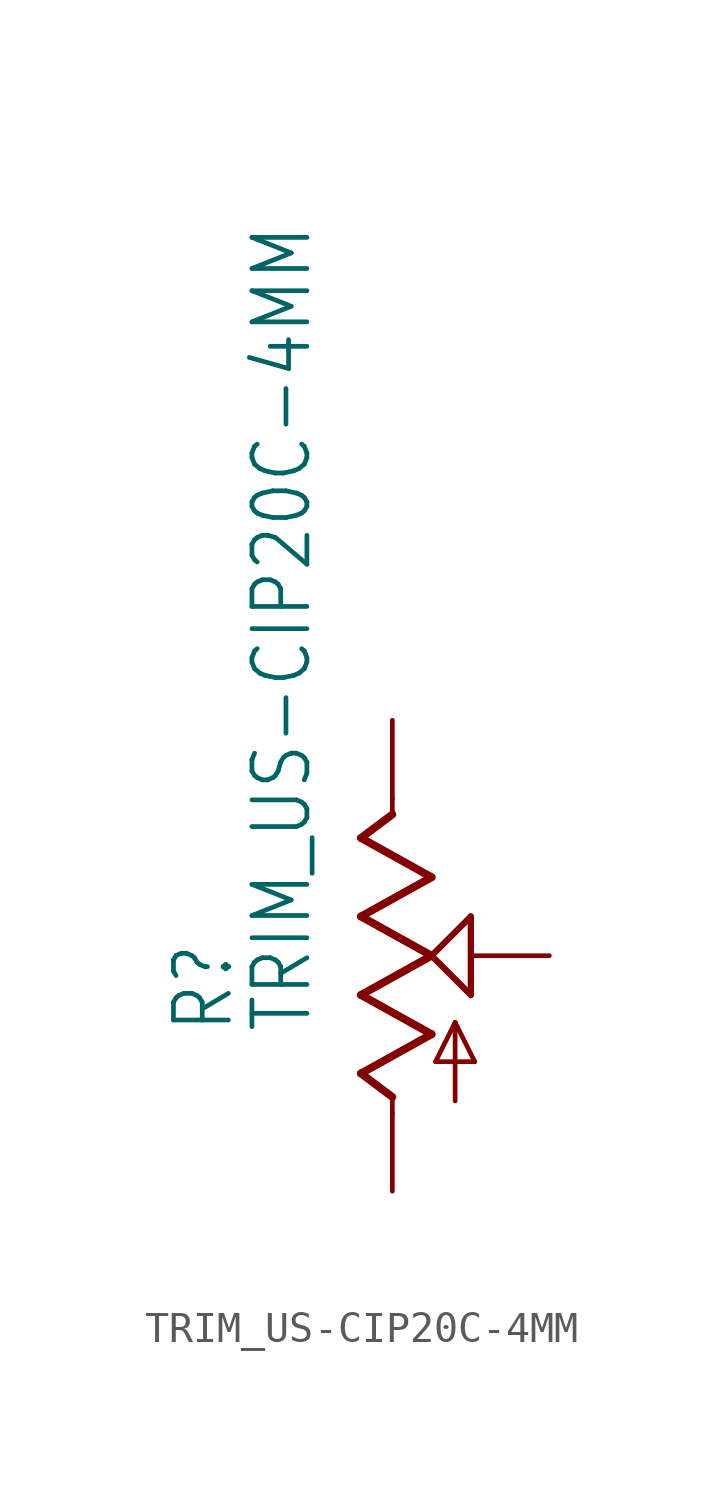
<source format=kicad_sym>
(kicad_symbol_lib
  (version 20211014)
  (generator kicad_symbol_editor)
  (symbol "TRIM_US-CIP20C-4MM"
    (property "Reference" "R"
      (at -5.08 -2.54 90)
      (effects (font (size 1.778 1.511)) (justify left bottom)))
    (property "Value" "TRIM_US-CIP20C-4MM"
      (at -2.54 -2.54 90)
      (effects (font (size 1.778 1.511)) (justify left bottom)))
    (property "ki_locked" ""
      (at 0 0 0)
      (effects (font (size 1.27 1.27))))
    (symbol "TRIM_US-CIP20C-4MM_1_0"
      (polyline (pts (xy -1.016 -3.81) (xy 1.27 -2.54)) (stroke (width 0.254) (type default) (color 0 0 0 0)) (fill (type none)))
      (polyline (pts (xy -1.016 -1.27) (xy 1.27 0)) (stroke (width 0.254) (type default) (color 0 0 0 0)) (fill (type none)))
      (polyline (pts (xy -1.016 1.27) (xy 1.27 2.54)) (stroke (width 0.254) (type default) (color 0 0 0 0)) (fill (type none)))
      (polyline (pts (xy -1.016 3.81) (xy 0 4.572)) (stroke (width 0.254) (type default) (color 0 0 0 0)) (fill (type none)))
      (polyline (pts (xy 0 -5.08) (xy 0 -4.572)) (stroke (width 0.152) (type default) (color 0 0 0 0)) (fill (type none)))
      (polyline (pts (xy 0 -4.572) (xy -1.016 -3.81)) (stroke (width 0.254) (type default) (color 0 0 0 0)) (fill (type none)))
      (polyline (pts (xy 0 4.572) (xy 0 5.08)) (stroke (width 0.152) (type default) (color 0 0 0 0)) (fill (type none)))
      (polyline (pts (xy 1.27 -2.54) (xy -1.016 -1.27)) (stroke (width 0.254) (type default) (color 0 0 0 0)) (fill (type none)))
      (polyline (pts (xy 1.27 0) (xy -1.016 1.27)) (stroke (width 0.254) (type default) (color 0 0 0 0)) (fill (type none)))
      (polyline (pts (xy 1.27 0) (xy 2.54 1.27)) (stroke (width 0.203) (type default) (color 0 0 0 0)) (fill (type none)))
      (polyline (pts (xy 1.27 2.54) (xy -1.016 3.81)) (stroke (width 0.254) (type default) (color 0 0 0 0)) (fill (type none)))
      (polyline (pts (xy 1.397 -3.429) (xy 2.032 -2.159)) (stroke (width 0.152) (type default) (color 0 0 0 0)) (fill (type none)))
      (polyline (pts (xy 2.032 -4.699) (xy 2.032 -2.159)) (stroke (width 0.152) (type default) (color 0 0 0 0)) (fill (type none)))
      (polyline (pts (xy 2.032 -2.159) (xy 2.667 -3.429)) (stroke (width 0.152) (type default) (color 0 0 0 0)) (fill (type none)))
      (polyline (pts (xy 2.54 -1.27) (xy 1.27 0)) (stroke (width 0.203) (type default) (color 0 0 0 0)) (fill (type none)))
      (polyline (pts (xy 2.54 1.27) (xy 2.54 -1.27)) (stroke (width 0.203) (type default) (color 0 0 0 0)) (fill (type none)))
      (polyline (pts (xy 2.667 -3.429) (xy 1.397 -3.429)) (stroke (width 0.152) (type default) (color 0 0 0 0)) (fill (type none)))
      (pin passive line (at 0 -7.62 90) (length 2.54) (name "A" (effects (font (size 0 0)))) (number "A" (effects (font (size 0 0)))))
      (pin passive line (at 0 7.62 270) (length 2.54) (name "E" (effects (font (size 0 0)))) (number "E" (effects (font (size 0 0)))))
      (pin passive line (at 5.08 0 180) (length 2.54) (name "S" (effects (font (size 0 0)))) (number "S" (effects (font (size 0 0))))))))
</source>
